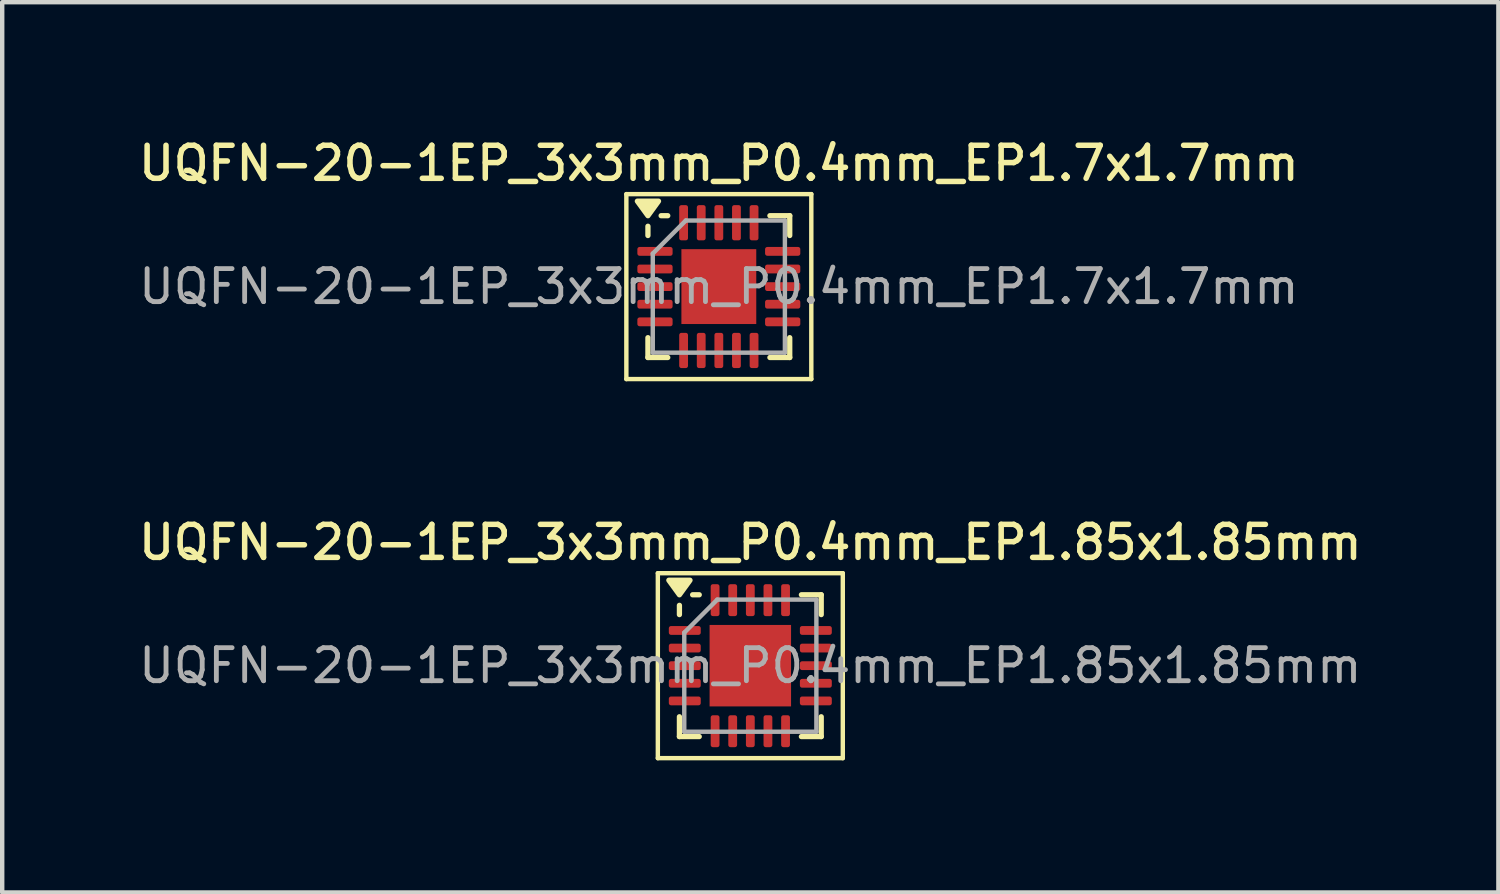
<source format=kicad_pcb>
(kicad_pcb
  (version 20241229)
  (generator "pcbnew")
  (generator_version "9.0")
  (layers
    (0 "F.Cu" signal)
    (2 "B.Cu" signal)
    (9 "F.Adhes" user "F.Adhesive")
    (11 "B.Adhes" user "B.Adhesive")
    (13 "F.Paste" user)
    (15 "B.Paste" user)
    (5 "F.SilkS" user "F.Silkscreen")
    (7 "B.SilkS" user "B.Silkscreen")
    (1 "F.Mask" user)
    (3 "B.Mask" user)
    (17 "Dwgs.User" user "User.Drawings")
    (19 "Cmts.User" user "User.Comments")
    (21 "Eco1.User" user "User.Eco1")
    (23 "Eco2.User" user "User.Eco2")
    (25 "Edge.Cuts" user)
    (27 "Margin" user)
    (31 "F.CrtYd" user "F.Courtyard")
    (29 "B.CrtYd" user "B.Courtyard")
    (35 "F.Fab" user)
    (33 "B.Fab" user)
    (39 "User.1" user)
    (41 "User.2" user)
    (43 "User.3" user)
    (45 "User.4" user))
  (footprint "UQFN-20-1EP_3x3mm_P0.4mm_EP1.7x1.7mm"
    (layer "F.Cu")
    (at 13.273 3.458)
    (property "Reference" "UQFN-20-1EP_3x3mm_P0.4mm_EP1.7x1.7mm" (at 0 -2.8 0) (layer "F.SilkS") (effects (font (size 0.75 0.75) (thickness 0.125))))
    (attr smd)
    (fp_line (start -2.1 -2.1) (end -2.1 2.1) (stroke (width 0.1) (type solid)) (layer "F.SilkS"))
    (fp_line (start -2.1 2.1) (end 2.1 2.1) (stroke (width 0.1) (type solid)) (layer "F.SilkS"))
    (fp_line (start -1.61 -1.16) (end -1.61 -1.37) (stroke (width 0.12) (type solid)) (layer "F.SilkS"))
    (fp_line (start -1.61 1.61) (end -1.61 1.16) (stroke (width 0.12) (type solid)) (layer "F.SilkS"))
    (fp_line (start -1.16 -1.61) (end -1.31 -1.61) (stroke (width 0.12) (type solid)) (layer "F.SilkS"))
    (fp_line (start -1.16 1.61) (end -1.61 1.61) (stroke (width 0.12) (type solid)) (layer "F.SilkS"))
    (fp_line (start 1.16 -1.61) (end 1.61 -1.61) (stroke (width 0.12) (type solid)) (layer "F.SilkS"))
    (fp_line (start 1.16 1.61) (end 1.61 1.61) (stroke (width 0.12) (type solid)) (layer "F.SilkS"))
    (fp_line (start 1.61 -1.61) (end 1.61 -1.16) (stroke (width 0.12) (type solid)) (layer "F.SilkS"))
    (fp_line (start 1.61 1.61) (end 1.61 1.16) (stroke (width 0.12) (type solid)) (layer "F.SilkS"))
    (fp_line (start 2.1 -2.1) (end -2.1 -2.1) (stroke (width 0.1) (type solid)) (layer "F.SilkS"))
    (fp_line (start 2.1 2.1) (end 2.1 -2.1) (stroke (width 0.1) (type solid)) (layer "F.SilkS"))
    (fp_poly (pts (xy -1.61 -1.61) (xy -1.85 -1.94) (xy -1.37 -1.94) (xy -1.61 -1.61)) (stroke (width 0.12) (type solid)) (fill yes) (layer "F.SilkS"))
    (fp_line (start -1.5 -0.75) (end -0.75 -1.5) (stroke (width 0.1) (type solid)) (layer "F.Fab"))
    (fp_line (start -1.5 1.5) (end -1.5 -0.75) (stroke (width 0.1) (type solid)) (layer "F.Fab"))
    (fp_line (start -0.75 -1.5) (end 1.5 -1.5) (stroke (width 0.1) (type solid)) (layer "F.Fab"))
    (fp_line (start 1.5 -1.5) (end 1.5 1.5) (stroke (width 0.1) (type solid)) (layer "F.Fab"))
    (fp_line (start 1.5 1.5) (end -1.5 1.5) (stroke (width 0.1) (type solid)) (layer "F.Fab"))
    (fp_text user "${REFERENCE}" (at 0 0 0) (layer "F.Fab") (effects (font (size 0.75 0.75) (thickness 0.11))))
    (pad "" smd roundrect (at -0.425 -0.425) (size 0.69 0.69) (layers "F.Paste") (roundrect_rratio 0.25))
    (pad "" smd roundrect (at -0.425 0.425) (size 0.69 0.69) (layers "F.Paste") (roundrect_rratio 0.25))
    (pad "" smd roundrect (at 0.425 -0.425) (size 0.69 0.69) (layers "F.Paste") (roundrect_rratio 0.25))
    (pad "" smd roundrect (at 0.425 0.425) (size 0.69 0.69) (layers "F.Paste") (roundrect_rratio 0.25))
    (pad "1" smd roundrect (at -1.45 -0.8) (size 0.8 0.2) (layers "F.Cu" "F.Mask" "F.Paste") (roundrect_rratio 0.25))
    (pad "2" smd roundrect (at -1.45 -0.4) (size 0.8 0.2) (layers "F.Cu" "F.Mask" "F.Paste") (roundrect_rratio 0.25))
    (pad "3" smd roundrect (at -1.45 0) (size 0.8 0.2) (layers "F.Cu" "F.Mask" "F.Paste") (roundrect_rratio 0.25))
    (pad "4" smd roundrect (at -1.45 0.4) (size 0.8 0.2) (layers "F.Cu" "F.Mask" "F.Paste") (roundrect_rratio 0.25))
    (pad "5" smd roundrect (at -1.45 0.8) (size 0.8 0.2) (layers "F.Cu" "F.Mask" "F.Paste") (roundrect_rratio 0.25))
    (pad "6" smd roundrect (at -0.8 1.45) (size 0.2 0.8) (layers "F.Cu" "F.Mask" "F.Paste") (roundrect_rratio 0.25))
    (pad "7" smd roundrect (at -0.4 1.45) (size 0.2 0.8) (layers "F.Cu" "F.Mask" "F.Paste") (roundrect_rratio 0.25))
    (pad "8" smd roundrect (at 0 1.45) (size 0.2 0.8) (layers "F.Cu" "F.Mask" "F.Paste") (roundrect_rratio 0.25))
    (pad "9" smd roundrect (at 0.4 1.45) (size 0.2 0.8) (layers "F.Cu" "F.Mask" "F.Paste") (roundrect_rratio 0.25))
    (pad "10" smd roundrect (at 0.8 1.45) (size 0.2 0.8) (layers "F.Cu" "F.Mask" "F.Paste") (roundrect_rratio 0.25))
    (pad "11" smd roundrect (at 1.45 0.8) (size 0.8 0.2) (layers "F.Cu" "F.Mask" "F.Paste") (roundrect_rratio 0.25))
    (pad "12" smd roundrect (at 1.45 0.4) (size 0.8 0.2) (layers "F.Cu" "F.Mask" "F.Paste") (roundrect_rratio 0.25))
    (pad "13" smd roundrect (at 1.45 0) (size 0.8 0.2) (layers "F.Cu" "F.Mask" "F.Paste") (roundrect_rratio 0.25))
    (pad "14" smd roundrect (at 1.45 -0.4) (size 0.8 0.2) (layers "F.Cu" "F.Mask" "F.Paste") (roundrect_rratio 0.25))
    (pad "15" smd roundrect (at 1.45 -0.8) (size 0.8 0.2) (layers "F.Cu" "F.Mask" "F.Paste") (roundrect_rratio 0.25))
    (pad "16" smd roundrect (at 0.8 -1.45) (size 0.2 0.8) (layers "F.Cu" "F.Mask" "F.Paste") (roundrect_rratio 0.25))
    (pad "17" smd roundrect (at 0.4 -1.45) (size 0.2 0.8) (layers "F.Cu" "F.Mask" "F.Paste") (roundrect_rratio 0.25))
    (pad "18" smd roundrect (at 0 -1.45) (size 0.2 0.8) (layers "F.Cu" "F.Mask" "F.Paste") (roundrect_rratio 0.25))
    (pad "19" smd roundrect (at -0.4 -1.45) (size 0.2 0.8) (layers "F.Cu" "F.Mask" "F.Paste") (roundrect_rratio 0.25))
    (pad "20" smd roundrect (at -0.8 -1.45) (size 0.2 0.8) (layers "F.Cu" "F.Mask" "F.Paste") (roundrect_rratio 0.25))
    (pad "21" smd rect (at 0 0) (size 1.7 1.7) (property pad_prop_heatsink) (layers "F.Cu" "F.Mask")))
  (footprint "UQFN-20-1EP_3x3mm_P0.4mm_EP1.85x1.85mm"
    (layer "F.Cu")
    (at 13.988 12.066)
    (property "Reference" "UQFN-20-1EP_3x3mm_P0.4mm_EP1.85x1.85mm" (at 0 -2.8 0) (layer "F.SilkS") (effects (font (size 0.75 0.75) (thickness 0.125))))
    (attr smd)
    (fp_line (start -2.1 -2.1) (end -2.1 2.1) (stroke (width 0.1) (type solid)) (layer "F.SilkS"))
    (fp_line (start -2.1 2.1) (end 2.1 2.1) (stroke (width 0.1) (type solid)) (layer "F.SilkS"))
    (fp_line (start -1.61 -1.16) (end -1.61 -1.37) (stroke (width 0.12) (type solid)) (layer "F.SilkS"))
    (fp_line (start -1.61 1.61) (end -1.61 1.16) (stroke (width 0.12) (type solid)) (layer "F.SilkS"))
    (fp_line (start -1.16 -1.61) (end -1.31 -1.61) (stroke (width 0.12) (type solid)) (layer "F.SilkS"))
    (fp_line (start -1.16 1.61) (end -1.61 1.61) (stroke (width 0.12) (type solid)) (layer "F.SilkS"))
    (fp_line (start 1.16 -1.61) (end 1.61 -1.61) (stroke (width 0.12) (type solid)) (layer "F.SilkS"))
    (fp_line (start 1.16 1.61) (end 1.61 1.61) (stroke (width 0.12) (type solid)) (layer "F.SilkS"))
    (fp_line (start 1.61 -1.61) (end 1.61 -1.16) (stroke (width 0.12) (type solid)) (layer "F.SilkS"))
    (fp_line (start 1.61 1.61) (end 1.61 1.16) (stroke (width 0.12) (type solid)) (layer "F.SilkS"))
    (fp_line (start 2.1 -2.1) (end -2.1 -2.1) (stroke (width 0.1) (type solid)) (layer "F.SilkS"))
    (fp_line (start 2.1 2.1) (end 2.1 -2.1) (stroke (width 0.1) (type solid)) (layer "F.SilkS"))
    (fp_poly (pts (xy -1.61 -1.61) (xy -1.85 -1.94) (xy -1.37 -1.94) (xy -1.61 -1.61)) (stroke (width 0.12) (type solid)) (fill yes) (layer "F.SilkS"))
    (fp_line (start -1.5 -0.75) (end -0.75 -1.5) (stroke (width 0.1) (type solid)) (layer "F.Fab"))
    (fp_line (start -1.5 1.5) (end -1.5 -0.75) (stroke (width 0.1) (type solid)) (layer "F.Fab"))
    (fp_line (start -0.75 -1.5) (end 1.5 -1.5) (stroke (width 0.1) (type solid)) (layer "F.Fab"))
    (fp_line (start 1.5 -1.5) (end 1.5 1.5) (stroke (width 0.1) (type solid)) (layer "F.Fab"))
    (fp_line (start 1.5 1.5) (end -1.5 1.5) (stroke (width 0.1) (type solid)) (layer "F.Fab"))
    (fp_text user "${REFERENCE}" (at 0 0 0) (layer "F.Fab") (effects (font (size 0.75 0.75) (thickness 0.11))))
    (pad "" smd roundrect (at -0.46 -0.46) (size 0.75 0.75) (layers "F.Paste") (roundrect_rratio 0.25))
    (pad "" smd roundrect (at -0.46 0.46) (size 0.75 0.75) (layers "F.Paste") (roundrect_rratio 0.25))
    (pad "" smd roundrect (at 0.46 -0.46) (size 0.75 0.75) (layers "F.Paste") (roundrect_rratio 0.25))
    (pad "" smd roundrect (at 0.46 0.46) (size 0.75 0.75) (layers "F.Paste") (roundrect_rratio 0.25))
    (pad "1" smd roundrect (at -1.488 -0.8) (size 0.725 0.2) (layers "F.Cu" "F.Mask" "F.Paste") (roundrect_rratio 0.25))
    (pad "2" smd roundrect (at -1.488 -0.4) (size 0.725 0.2) (layers "F.Cu" "F.Mask" "F.Paste") (roundrect_rratio 0.25))
    (pad "3" smd roundrect (at -1.488 0) (size 0.725 0.2) (layers "F.Cu" "F.Mask" "F.Paste") (roundrect_rratio 0.25))
    (pad "4" smd roundrect (at -1.488 0.4) (size 0.725 0.2) (layers "F.Cu" "F.Mask" "F.Paste") (roundrect_rratio 0.25))
    (pad "5" smd roundrect (at -1.488 0.8) (size 0.725 0.2) (layers "F.Cu" "F.Mask" "F.Paste") (roundrect_rratio 0.25))
    (pad "6" smd roundrect (at -0.8 1.488) (size 0.2 0.725) (layers "F.Cu" "F.Mask" "F.Paste") (roundrect_rratio 0.25))
    (pad "7" smd roundrect (at -0.4 1.488) (size 0.2 0.725) (layers "F.Cu" "F.Mask" "F.Paste") (roundrect_rratio 0.25))
    (pad "8" smd roundrect (at 0 1.488) (size 0.2 0.725) (layers "F.Cu" "F.Mask" "F.Paste") (roundrect_rratio 0.25))
    (pad "9" smd roundrect (at 0.4 1.488) (size 0.2 0.725) (layers "F.Cu" "F.Mask" "F.Paste") (roundrect_rratio 0.25))
    (pad "10" smd roundrect (at 0.8 1.488) (size 0.2 0.725) (layers "F.Cu" "F.Mask" "F.Paste") (roundrect_rratio 0.25))
    (pad "11" smd roundrect (at 1.488 0.8) (size 0.725 0.2) (layers "F.Cu" "F.Mask" "F.Paste") (roundrect_rratio 0.25))
    (pad "12" smd roundrect (at 1.488 0.4) (size 0.725 0.2) (layers "F.Cu" "F.Mask" "F.Paste") (roundrect_rratio 0.25))
    (pad "13" smd roundrect (at 1.488 0) (size 0.725 0.2) (layers "F.Cu" "F.Mask" "F.Paste") (roundrect_rratio 0.25))
    (pad "14" smd roundrect (at 1.488 -0.4) (size 0.725 0.2) (layers "F.Cu" "F.Mask" "F.Paste") (roundrect_rratio 0.25))
    (pad "15" smd roundrect (at 1.488 -0.8) (size 0.725 0.2) (layers "F.Cu" "F.Mask" "F.Paste") (roundrect_rratio 0.25))
    (pad "16" smd roundrect (at 0.8 -1.488) (size 0.2 0.725) (layers "F.Cu" "F.Mask" "F.Paste") (roundrect_rratio 0.25))
    (pad "17" smd roundrect (at 0.4 -1.488) (size 0.2 0.725) (layers "F.Cu" "F.Mask" "F.Paste") (roundrect_rratio 0.25))
    (pad "18" smd roundrect (at 0 -1.488) (size 0.2 0.725) (layers "F.Cu" "F.Mask" "F.Paste") (roundrect_rratio 0.25))
    (pad "19" smd roundrect (at -0.4 -1.488) (size 0.2 0.725) (layers "F.Cu" "F.Mask" "F.Paste") (roundrect_rratio 0.25))
    (pad "20" smd roundrect (at -0.8 -1.488) (size 0.2 0.725) (layers "F.Cu" "F.Mask" "F.Paste") (roundrect_rratio 0.25))
    (pad "21" smd rect (at 0 0) (size 1.85 1.85) (property pad_prop_heatsink) (layers "F.Cu" "F.Mask")))
  (gr_rect
    (start -3 -3)
    (end 30.975 17.216)
    (stroke (width 0.1) (type default))
    (fill no)
    (layer "Edge.Cuts")))
</source>
